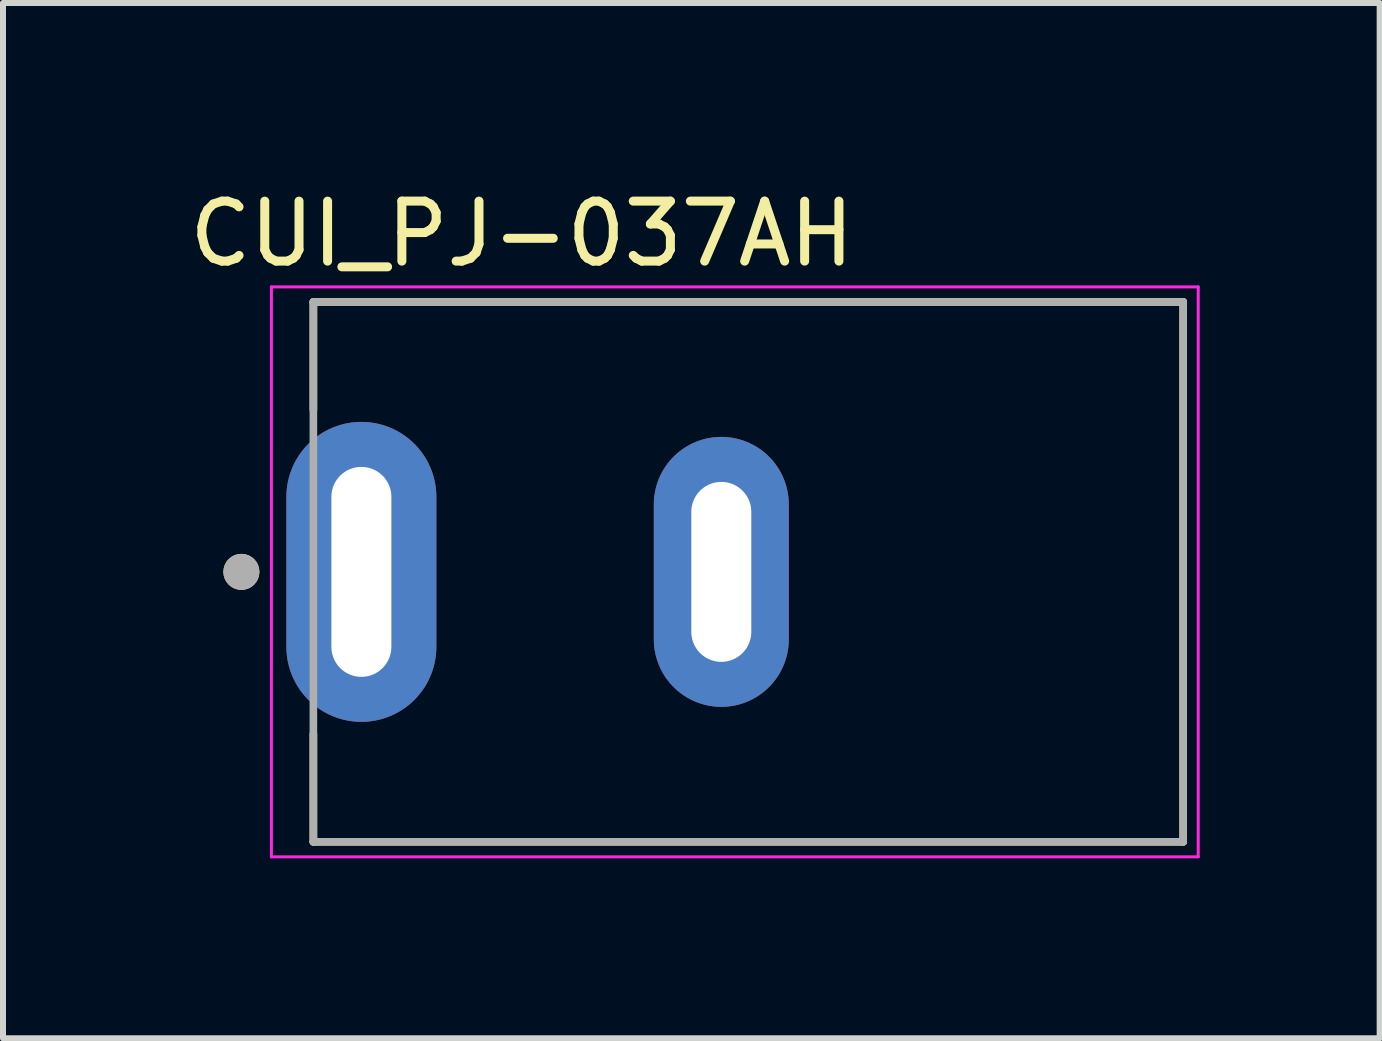
<source format=kicad_pcb>
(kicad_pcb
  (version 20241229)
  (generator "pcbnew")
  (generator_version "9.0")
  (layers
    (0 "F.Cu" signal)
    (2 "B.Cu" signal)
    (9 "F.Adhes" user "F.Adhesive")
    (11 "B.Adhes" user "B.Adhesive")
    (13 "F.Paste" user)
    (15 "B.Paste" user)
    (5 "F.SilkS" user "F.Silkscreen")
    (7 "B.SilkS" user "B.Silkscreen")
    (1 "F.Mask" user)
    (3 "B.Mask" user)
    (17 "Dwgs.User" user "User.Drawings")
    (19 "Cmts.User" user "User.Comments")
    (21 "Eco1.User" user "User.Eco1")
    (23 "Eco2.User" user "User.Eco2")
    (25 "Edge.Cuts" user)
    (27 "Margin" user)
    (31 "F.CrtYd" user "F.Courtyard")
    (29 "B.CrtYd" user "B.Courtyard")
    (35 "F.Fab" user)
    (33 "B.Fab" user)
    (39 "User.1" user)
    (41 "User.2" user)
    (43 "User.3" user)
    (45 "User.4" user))
  (footprint "CUI_PJ-037AH"
    (layer "F.Cu")
    (at 2.974 6.483)
    (property "Reference" "CUI_PJ-037AH" (at 2.675 -5.635 0) (layer "F.SilkS") (effects (font (size 1 1) (thickness 0.15))))
    (attr through_hole)
    (fp_line (start -0.8 -4.5) (end 13.7 -4.5) (stroke (width 0.127) (type solid)) (layer "F.SilkS"))
    (fp_line (start -0.8 -2.7) (end -0.8 -4.5) (stroke (width 0.127) (type solid)) (layer "F.SilkS"))
    (fp_line (start -0.8 4.5) (end -0.8 2.7) (stroke (width 0.127) (type solid)) (layer "F.SilkS"))
    (fp_line (start 13.7 -4.5) (end 13.7 4.5) (stroke (width 0.127) (type solid)) (layer "F.SilkS"))
    (fp_line (start 13.7 4.5) (end -0.8 4.5) (stroke (width 0.127) (type solid)) (layer "F.SilkS"))
    (fp_circle (center -2 0) (end -1.85 0) (stroke (width 0.3) (type solid)) (fill no) (layer "F.SilkS"))
    (fp_line (start -1.5 -4.75) (end -1.5 4.75) (stroke (width 0.05) (type solid)) (layer "F.CrtYd"))
    (fp_line (start -1.5 -4.75) (end 13.95 -4.75) (stroke (width 0.05) (type solid)) (layer "F.CrtYd"))
    (fp_line (start 13.95 -4.75) (end 13.95 4.75) (stroke (width 0.05) (type solid)) (layer "F.CrtYd"))
    (fp_line (start 13.95 4.75) (end -1.5 4.75) (stroke (width 0.05) (type solid)) (layer "F.CrtYd"))
    (fp_line (start -0.8 -4.5) (end 13.7 -4.5) (stroke (width 0.127) (type solid)) (layer "F.Fab"))
    (fp_line (start -0.8 4.5) (end -0.8 -4.5) (stroke (width 0.127) (type solid)) (layer "F.Fab"))
    (fp_line (start 13.7 -4.5) (end 13.7 4.5) (stroke (width 0.127) (type solid)) (layer "F.Fab"))
    (fp_line (start 13.7 4.5) (end -0.8 4.5) (stroke (width 0.127) (type solid)) (layer "F.Fab"))
    (fp_circle (center -2 0) (end -1.85 0) (stroke (width 0.3) (type solid)) (fill no) (layer "F.Fab"))
    (pad "1" thru_hole oval (at 0 0) (size 2.5 5) (drill oval 1 3.5) (layers "*.Cu" "*.Mask"))
    (pad "2" thru_hole oval (at 6 0) (size 2.25 4.5) (drill oval 1 3) (layers "*.Cu" "*.Mask")))
  (gr_rect
    (start -3 -3)
    (end 19.949 14.258)
    (stroke (width 0.1) (type default))
    (fill no)
    (layer "Edge.Cuts")))
</source>
